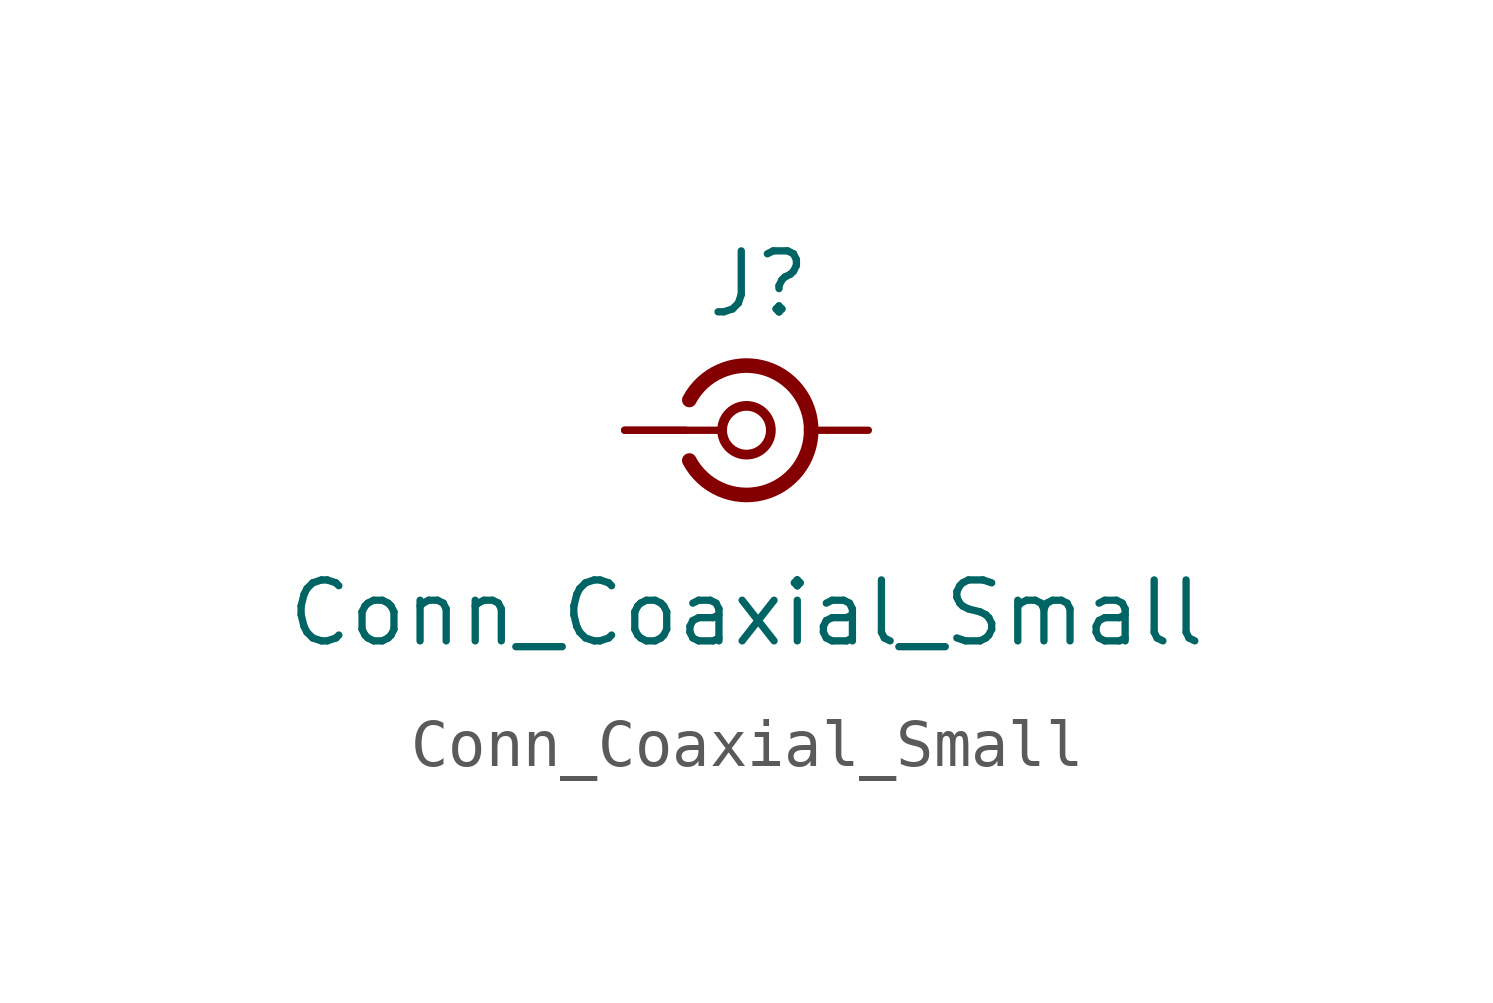
<source format=kicad_sym>
(kicad_symbol_lib
  (version 20220914)
  (generator kicad_symbol_editor)
  (symbol "Conn_Coaxial_Small"
    (pin_numbers hide)
    (pin_names
      (offset 1.016) hide)
    (property "Reference" "J"
      (at 0.254 3.048 0)
      (effects (font (size 1.27 1.27))))
    (property "Value" "Conn_Coaxial_Small"
      (at 0 -3.81 0)
      (effects (font (size 1.27 1.27))))
    (symbol "Conn_Coaxial_Small_0_1"
      (polyline (pts (xy -2.54 0) (xy -0.508 0)) (stroke (width 0) (type default)) (fill (type none)))
      (circle (center 0 0) (radius 0.508) (stroke (width 0.203) (type default)) (fill (type none))))
    (symbol "Conn_Coaxial_Small_1_1"
      (arc (start -1.1916 -0.6311) (mid 0.327 -1.3081) (end 1.3484 0.0039) (stroke (width 0.3048) (type default)) (fill (type none)))
      (arc (start 1.3484 -0.0039) (mid 0.327 1.3081) (end -1.1916 0.6311) (stroke (width 0.3048) (type default)) (fill (type none)))
      (pin passive line (at -2.54 0 0) (length 1.27) (name "In" (effects (font (size 1.27 1.27)))) (number "1" (effects (font (size 1.27 1.27)))))
      (pin passive line (at 2.54 0 180) (length 1.27) (name "Ext" (effects (font (size 1.27 1.27)))) (number "2" (effects (font (size 1.27 1.27))))))))
</source>
